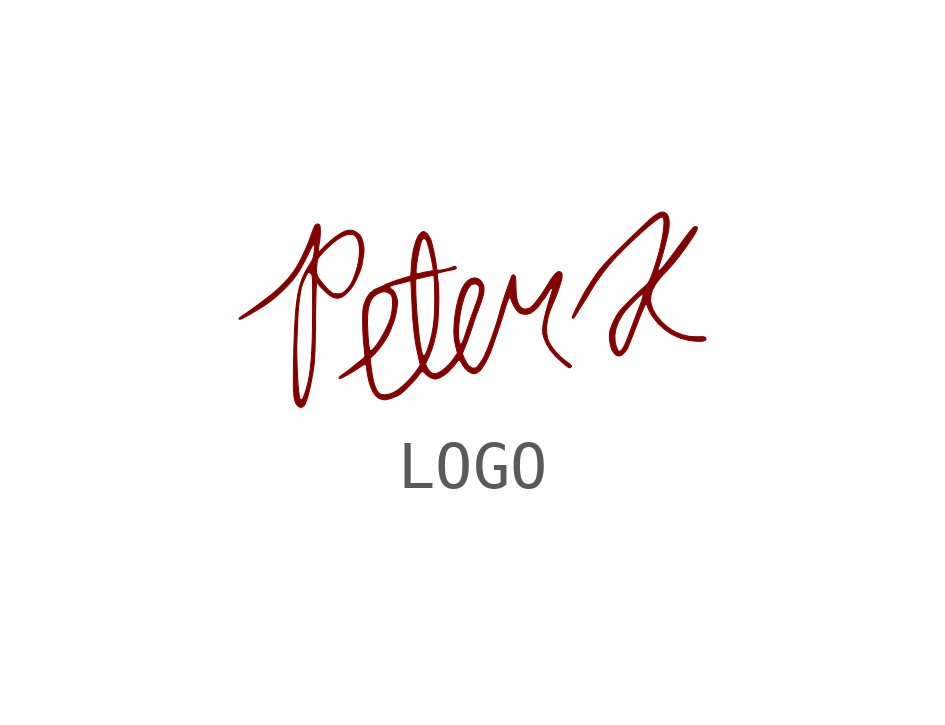
<source format=kicad_sym>
(kicad_symbol_lib
  (version 20220914)
  (generator bitmap2component)
  (symbol "LOGO"
    (pin_names
      (offset 1.016))
    (property "Reference" "#G"
      (at 0 2.678 0)
      (effects (font (size 1.27 1.27)) hide))
    (symbol "LOGO_0_0"
      (polyline (pts (xy -3.51 -2.013) (xy -3.487 -1.976) (xy -3.459 -1.908) (xy -3.43 -1.816) (xy -3.4 -1.704) (xy -3.371 -1.575) (xy -3.344 -1.433) (xy -3.318 -1.283) (xy -3.297 -1.128) (xy -3.292 -1.075) (xy -3.287 -0.989) (xy -3.282 -0.877) (xy -3.278 -0.74) (xy -3.275 -0.582) (xy -3.271 -0.405) (xy -3.269 -0.212) (xy -3.268 -0.081) (xy -3.266 0.076) (xy -3.264 0.206) (xy -3.261 0.311) (xy -3.259 0.392) (xy -3.256 0.454) (xy -3.253 0.497) (xy -3.249 0.525) (xy -3.244 0.54) (xy -3.239 0.544) (xy -3.23 0.543) (xy -3.217 0.531) (xy -3.215 0.524) (xy -3.194 0.497) (xy -3.158 0.456) (xy -3.11 0.407) (xy -3.057 0.356) (xy -3.004 0.308) (xy -2.978 0.287) (xy -2.895 0.241) (xy -2.814 0.227) (xy -2.733 0.245) (xy -2.725 0.249) (xy -2.669 0.286) (xy -2.607 0.342) (xy -2.545 0.41) (xy -2.491 0.483) (xy -2.451 0.552) (xy -2.446 0.562) (xy -2.399 0.663) (xy -2.363 0.743) (xy -2.337 0.809) (xy -2.318 0.866) (xy -2.304 0.923) (xy -2.292 0.985) (xy -2.28 1.06) (xy -2.277 1.079) (xy -2.266 1.156) (xy -2.261 1.213) (xy -2.261 1.26) (xy -2.267 1.308) (xy -2.277 1.365) (xy -2.282 1.386) (xy -2.303 1.464) (xy -2.331 1.521) (xy -2.37 1.566) (xy -2.426 1.607) (xy -2.448 1.62) (xy -2.514 1.643) (xy -2.583 1.645) (xy -2.66 1.624) (xy -2.748 1.579) (xy -2.852 1.509) (xy -2.883 1.485) (xy -2.958 1.424) (xy -3.03 1.36) (xy -3.087 1.304) (xy -3.107 1.283) (xy -3.15 1.241) (xy -3.183 1.211) (xy -3.201 1.2) (xy -3.202 1.2) (xy -3.208 1.203) (xy -3.211 1.214) (xy -3.21 1.238) (xy -3.206 1.279) (xy -3.197 1.342) (xy -3.184 1.433) (xy -3.181 1.448) (xy -3.173 1.529) (xy -3.17 1.608) (xy -3.171 1.677) (xy -3.177 1.73) (xy -3.188 1.757) (xy -3.215 1.774) (xy -3.253 1.771) (xy -3.284 1.741) (xy -3.297 1.715) (xy -3.317 1.666) (xy -3.339 1.609) (xy -3.356 1.559) (xy -3.393 1.459) (xy -3.425 1.375) (xy -3.458 1.297) (xy -3.494 1.215) (xy -3.539 1.12) (xy -3.558 1.081) (xy -3.604 0.989) (xy -3.644 0.915) (xy -3.684 0.85) (xy -3.728 0.785) (xy -3.782 0.712) (xy -3.788 0.705) (xy -3.854 0.626) (xy -3.937 0.537) (xy -4.028 0.447) (xy -4.119 0.364) (xy -4.201 0.295) (xy -4.274 0.24) (xy -4.386 0.155) (xy -4.496 0.073) (xy -4.599 -0.002) (xy -4.688 -0.065) (xy -4.758 -0.112) (xy -4.772 -0.122) (xy -4.82 -0.155) (xy -4.853 -0.181) (xy -4.865 -0.195) (xy -4.862 -0.207) (xy -4.847 -0.212) (xy -4.817 -0.204) (xy -4.768 -0.182) (xy -4.699 -0.144) (xy -4.606 -0.091) (xy -4.583 -0.077) (xy -4.448 0.004) (xy -4.335 0.075) (xy -4.237 0.143) (xy -4.148 0.211) (xy -4.061 0.285) (xy -3.971 0.368) (xy -3.871 0.467) (xy -3.814 0.527) (xy -3.738 0.614) (xy -3.668 0.707) (xy -3.6 0.811) (xy -3.532 0.931) (xy -3.459 1.071) (xy -3.378 1.236) (xy -3.377 1.238) (xy -3.345 1.299) (xy -3.318 1.335) (xy -3.298 1.345) (xy -3.287 1.329) (xy -3.288 1.284) (xy -3.291 1.261) (xy -3.298 1.201) (xy -3.305 1.138) (xy -3.306 1.132) (xy -3.315 1.084) (xy -3.333 1.036) (xy -3.363 0.98) (xy -3.409 0.906) (xy -3.414 0.897) (xy -3.465 0.813) (xy -3.474 0.796) (xy -3.25 0.796) (xy -3.247 0.866) (xy -3.239 0.96) (xy -3.238 0.962) (xy -3.233 1.004) (xy -3.225 1.037) (xy -3.211 1.067) (xy -3.187 1.1) (xy -3.148 1.144) (xy -3.091 1.205) (xy -3.031 1.266) (xy -2.915 1.373) (xy -2.807 1.456) (xy -2.71 1.515) (xy -2.626 1.547) (xy -2.589 1.554) (xy -2.538 1.56) (xy -2.503 1.559) (xy -2.486 1.553) (xy -2.433 1.515) (xy -2.394 1.453) (xy -2.368 1.368) (xy -2.356 1.264) (xy -2.357 1.145) (xy -2.373 1.013) (xy -2.403 0.872) (xy -2.448 0.725) (xy -2.454 0.707) (xy -2.496 0.601) (xy -2.539 0.517) (xy -2.588 0.449) (xy -2.647 0.387) (xy -2.688 0.352) (xy -2.722 0.331) (xy -2.76 0.322) (xy -2.814 0.32) (xy -2.833 0.32) (xy -2.878 0.323) (xy -2.912 0.333) (xy -2.947 0.356) (xy -2.993 0.396) (xy -3.001 0.404) (xy -3.054 0.458) (xy -3.111 0.523) (xy -3.163 0.588) (xy -3.17 0.597) (xy -3.207 0.65) (xy -3.232 0.696) (xy -3.245 0.742) (xy -3.25 0.796) (xy -3.474 0.796) (xy -3.51 0.727) (xy -3.549 0.637) (xy -3.583 0.54) (xy -3.612 0.433) (xy -3.638 0.315) (xy -3.659 0.182) (xy -3.677 0.033) (xy -3.691 -0.136) (xy -3.703 -0.327) (xy -3.713 -0.542) (xy -3.721 -0.781) (xy -3.66 -0.781) (xy -3.658 -0.68) (xy -3.654 -0.57) (xy -3.649 -0.443) (xy -3.644 -0.317) (xy -3.64 -0.208) (xy -3.636 -0.122) (xy -3.625 0.028) (xy -3.609 0.176) (xy -3.59 0.311) (xy -3.569 0.425) (xy -3.558 0.467) (xy -3.536 0.531) (xy -3.509 0.598) (xy -3.481 0.662) (xy -3.453 0.717) (xy -3.43 0.754) (xy -3.414 0.768) (xy -3.389 0.758) (xy -3.36 0.732) (xy -3.353 0.723) (xy -3.347 0.711) (xy -3.342 0.693) (xy -3.338 0.666) (xy -3.335 0.627) (xy -3.333 0.575) (xy -3.332 0.505) (xy -3.331 0.414) (xy -3.331 0.301) (xy -3.331 0.161) (xy -3.331 -0.008) (xy -3.332 -0.181) (xy -3.335 -0.431) (xy -3.34 -0.652) (xy -3.348 -0.849) (xy -3.359 -1.025) (xy -3.373 -1.181) (xy -3.39 -1.321) (xy -3.411 -1.447) (xy -3.436 -1.562) (xy -3.466 -1.67) (xy -3.499 -1.773) (xy -3.505 -1.79) (xy -3.529 -1.848) (xy -3.55 -1.879) (xy -3.569 -1.889) (xy -3.583 -1.885) (xy -3.595 -1.867) (xy -3.605 -1.829) (xy -3.615 -1.764) (xy -3.624 -1.685) (xy -3.633 -1.58) (xy -3.641 -1.456) (xy -3.648 -1.32) (xy -3.654 -1.178) (xy -3.658 -1.036) (xy -3.66 -0.902) (xy -3.66 -0.781) (xy -3.721 -0.781) (xy -3.721 -0.785) (xy -3.727 -1.056) (xy -3.728 -1.111) (xy -3.731 -1.292) (xy -3.732 -1.445) (xy -3.732 -1.573) (xy -3.729 -1.677) (xy -3.724 -1.762) (xy -3.717 -1.831) (xy -3.707 -1.885) (xy -3.694 -1.928) (xy -3.678 -1.963) (xy -3.658 -1.993) (xy -3.643 -2.011) (xy -3.598 -2.043) (xy -3.554 -2.044) (xy -3.51 -2.013)) (stroke (width 0.01) (type default)) (fill (type outline)))
      (polyline (pts (xy -1.82 -1.888) (xy -1.765 -1.878) (xy -1.695 -1.857) (xy -1.621 -1.829) (xy -1.552 -1.799) (xy -1.501 -1.77) (xy -1.499 -1.768) (xy -1.458 -1.734) (xy -1.402 -1.682) (xy -1.339 -1.619) (xy -1.273 -1.552) (xy -1.212 -1.485) (xy -1.161 -1.427) (xy -1.126 -1.382) (xy -1.095 -1.341) (xy -1.065 -1.309) (xy -1.045 -1.296) (xy -1.04 -1.297) (xy -1.013 -1.314) (xy -0.981 -1.345) (xy -0.951 -1.376) (xy -0.893 -1.416) (xy -0.833 -1.445) (xy -0.781 -1.456) (xy -0.752 -1.453) (xy -0.681 -1.429) (xy -0.603 -1.385) (xy -0.523 -1.323) (xy -0.448 -1.249) (xy -0.423 -1.222) (xy -0.378 -1.169) (xy -0.341 -1.124) (xy -0.32 -1.095) (xy -0.303 -1.071) (xy -0.278 -1.059) (xy -0.254 -1.077) (xy -0.227 -1.125) (xy -0.205 -1.167) (xy -0.154 -1.236) (xy -0.094 -1.292) (xy -0.032 -1.33) (xy 0.027 -1.344) (xy 0.043 -1.343) (xy 0.1 -1.325) (xy 0.155 -1.282) (xy 0.211 -1.212) (xy 0.271 -1.113) (xy 0.292 -1.073) (xy 0.331 -0.993) (xy 0.367 -0.915) (xy 0.392 -0.853) (xy 0.428 -0.749) (xy 0.521 -0.481) (xy 0.601 -0.24) (xy 0.668 -0.024) (xy 0.668 -0.024) (xy 0.699 0.077) (xy 0.724 0.15) (xy 0.743 0.199) (xy 0.759 0.227) (xy 0.772 0.237) (xy 0.788 0.236) (xy 0.8 0.219) (xy 0.803 0.198) (xy 0.822 0.146) (xy 0.852 0.084) (xy 0.889 0.021) (xy 0.928 -0.033) (xy 0.963 -0.069) (xy 0.99 -0.085) (xy 1.06 -0.105) (xy 1.134 -0.107) (xy 1.199 -0.089) (xy 1.224 -0.074) (xy 1.295 -0.021) (xy 1.361 0.044) (xy 1.411 0.11) (xy 1.415 0.116) (xy 1.452 0.17) (xy 1.492 0.221) (xy 1.508 0.241) (xy 1.544 0.296) (xy 1.577 0.353) (xy 1.584 0.365) (xy 1.611 0.406) (xy 1.638 0.43) (xy 1.657 0.433) (xy 1.665 0.412) (xy 1.661 0.396) (xy 1.65 0.354) (xy 1.632 0.294) (xy 1.61 0.224) (xy 1.586 0.148) (xy 1.532 -0.037) (xy 1.493 -0.196) (xy 1.468 -0.33) (xy 1.459 -0.437) (xy 1.464 -0.516) (xy 1.484 -0.593) (xy 1.538 -0.725) (xy 1.619 -0.854) (xy 1.729 -0.982) (xy 1.868 -1.111) (xy 1.909 -1.145) (xy 1.96 -1.186) (xy 1.994 -1.211) (xy 2.017 -1.221) (xy 2.032 -1.221) (xy 2.045 -1.211) (xy 2.058 -1.197) (xy 2.061 -1.179) (xy 2.04 -1.156) (xy 2.033 -1.15) (xy 1.995 -1.119) (xy 1.951 -1.087) (xy 1.929 -1.072) (xy 1.834 -0.993) (xy 1.744 -0.901) (xy 1.666 -0.804) (xy 1.605 -0.707) (xy 1.566 -0.618) (xy 1.544 -0.5) (xy 1.542 -0.357) (xy 1.565 -0.202) (xy 1.612 -0.039) (xy 1.681 0.127) (xy 1.693 0.153) (xy 1.73 0.24) (xy 1.768 0.341) (xy 1.805 0.447) (xy 1.835 0.545) (xy 1.857 0.626) (xy 1.865 0.671) (xy 1.864 0.734) (xy 1.843 0.771) (xy 1.803 0.784) (xy 1.77 0.775) (xy 1.731 0.744) (xy 1.684 0.69) (xy 1.627 0.611) (xy 1.56 0.504) (xy 1.507 0.419) (xy 1.435 0.309) (xy 1.365 0.212) (xy 1.302 0.132) (xy 1.248 0.071) (xy 1.206 0.035) (xy 1.181 0.02) (xy 1.114 0.001) (xy 1.052 0.007) (xy 1.002 0.04) (xy 0.972 0.079) (xy 0.942 0.142) (xy 0.921 0.225) (xy 0.909 0.329) (xy 0.904 0.461) (xy 0.902 0.544) (xy 0.9 0.611) (xy 0.895 0.655) (xy 0.887 0.683) (xy 0.876 0.7) (xy 0.873 0.702) (xy 0.849 0.717) (xy 0.825 0.705) (xy 0.817 0.689) (xy 0.799 0.647) (xy 0.775 0.584) (xy 0.747 0.505) (xy 0.716 0.416) (xy 0.683 0.321) (xy 0.652 0.226) (xy 0.623 0.135) (xy 0.598 0.055) (xy 0.579 -0.011) (xy 0.567 -0.056) (xy 0.561 -0.084) (xy 0.539 -0.163) (xy 0.509 -0.261) (xy 0.474 -0.373) (xy 0.434 -0.489) (xy 0.394 -0.605) (xy 0.354 -0.713) (xy 0.318 -0.805) (xy 0.287 -0.876) (xy 0.278 -0.897) (xy 0.262 -0.935) (xy 0.256 -0.954) (xy 0.25 -0.972) (xy 0.229 -1.01) (xy 0.198 -1.059) (xy 0.162 -1.112) (xy 0.127 -1.161) (xy 0.098 -1.199) (xy 0.079 -1.217) (xy 0.044 -1.229) (xy -0.012 -1.224) (xy -0.067 -1.188) (xy -0.12 -1.123) (xy -0.169 -1.029) (xy -0.212 -0.93) (xy -0.14 -0.749) (xy -0.117 -0.69) (xy -0.078 -0.584) (xy -0.039 -0.474) (xy -0.007 -0.376) (xy 0.013 -0.315) (xy 0.05 -0.206) (xy 0.089 -0.096) (xy 0.125 0) (xy 0.156 0.082) (xy 0.197 0.199) (xy 0.224 0.295) (xy 0.238 0.373) (xy 0.239 0.438) (xy 0.228 0.494) (xy 0.206 0.545) (xy 0.204 0.548) (xy 0.154 0.61) (xy 0.094 0.644) (xy 0.029 0.651) (xy -0.039 0.632) (xy -0.106 0.587) (xy -0.168 0.518) (xy -0.221 0.427) (xy -0.261 0.327) (xy -0.302 0.192) (xy -0.337 0.041) (xy -0.364 -0.118) (xy -0.382 -0.276) (xy -0.389 -0.424) (xy -0.389 -0.464) (xy -0.292 -0.464) (xy -0.285 -0.328) (xy -0.27 -0.187) (xy -0.247 -0.045) (xy -0.217 0.092) (xy -0.181 0.219) (xy -0.141 0.33) (xy -0.098 0.42) (xy -0.052 0.484) (xy -0.031 0.503) (xy 0.022 0.526) (xy 0.075 0.524) (xy 0.12 0.496) (xy 0.122 0.494) (xy 0.138 0.467) (xy 0.143 0.43) (xy 0.14 0.372) (xy 0.138 0.357) (xy 0.134 0.324) (xy 0.127 0.289) (xy 0.115 0.247) (xy 0.099 0.194) (xy 0.075 0.125) (xy 0.042 0.035) (xy 0.000100 -0.08) (xy -0.015 -0.122) (xy -0.045 -0.209) (xy -0.078 -0.303) (xy -0.107 -0.392) (xy -0.126 -0.451) (xy -0.153 -0.531) (xy -0.177 -0.602) (xy -0.195 -0.652) (xy -0.212 -0.692) (xy -0.235 -0.728) (xy -0.254 -0.732) (xy -0.27 -0.704) (xy -0.282 -0.644) (xy -0.288 -0.587) (xy -0.292 -0.464) (xy -0.389 -0.464) (xy -0.388 -0.516) (xy -0.383 -0.602) (xy -0.371 -0.681) (xy -0.353 -0.764) (xy -0.315 -0.912) (xy -0.376 -1.004) (xy -0.42 -1.066) (xy -0.496 -1.156) (xy -0.576 -1.232) (xy -0.653 -1.292) (xy -0.726 -1.33) (xy -0.787 -1.344) (xy -0.837 -1.334) (xy -0.892 -1.295) (xy -0.939 -1.227) (xy -0.979 -1.147) (xy -0.944 -1.066) (xy -0.908 -0.986) (xy -0.877 -0.913) (xy -0.853 -0.852) (xy -0.833 -0.795) (xy -0.815 -0.736) (xy -0.797 -0.667) (xy -0.777 -0.582) (xy -0.752 -0.472) (xy -0.744 -0.428) (xy -0.729 -0.321) (xy -0.717 -0.193) (xy -0.709 -0.051) (xy -0.703 0.097) (xy -0.702 0.245) (xy -0.704 0.385) (xy -0.711 0.51) (xy -0.722 0.612) (xy -0.724 0.628) (xy -0.731 0.685) (xy -0.734 0.727) (xy -0.732 0.746) (xy -0.726 0.749) (xy -0.695 0.758) (xy -0.644 0.771) (xy -0.581 0.786) (xy -0.514 0.801) (xy -0.449 0.814) (xy -0.396 0.824) (xy -0.394 0.824) (xy -0.351 0.838) (xy -0.336 0.858) (xy -0.336 0.86) (xy -0.35 0.885) (xy -0.383 0.89) (xy -0.427 0.874) (xy -0.431 0.872) (xy -0.473 0.857) (xy -0.532 0.84) (xy -0.599 0.825) (xy -0.666 0.813) (xy -0.712 0.81) (xy -0.738 0.82) (xy -0.749 0.843) (xy -0.752 0.883) (xy -0.754 0.907) (xy -0.762 0.964) (xy -0.774 1.037) (xy -0.791 1.122) (xy -0.809 1.211) (xy -0.829 1.296) (xy -0.847 1.371) (xy -0.862 1.428) (xy -0.874 1.461) (xy -0.888 1.487) (xy -0.933 1.557) (xy -0.977 1.601) (xy -1.017 1.617) (xy -1.053 1.607) (xy -1.099 1.569) (xy -1.142 1.504) (xy -1.18 1.416) (xy -1.214 1.307) (xy -1.242 1.18) (xy -1.263 1.038) (xy -1.275 0.884) (xy -1.275 0.881) (xy -1.28 0.8) (xy -1.281 0.779) (xy -1.177 0.779) (xy -1.175 0.831) (xy -1.168 0.902) (xy -1.156 0.988) (xy -1.141 1.081) (xy -1.123 1.176) (xy -1.104 1.266) (xy -1.085 1.345) (xy -1.067 1.406) (xy -1.05 1.444) (xy -1.033 1.464) (xy -1.002 1.469) (xy -0.972 1.448) (xy -0.948 1.402) (xy -0.934 1.356) (xy -0.912 1.278) (xy -0.891 1.192) (xy -0.87 1.102) (xy -0.851 1.015) (xy -0.836 0.936) (xy -0.825 0.871) (xy -0.82 0.826) (xy -0.822 0.805) (xy -0.835 0.801) (xy -0.871 0.793) (xy -0.923 0.784) (xy -0.962 0.778) (xy -1.024 0.765) (xy -1.072 0.753) (xy -1.095 0.747) (xy -1.137 0.738) (xy -1.161 0.741) (xy -1.173 0.758) (xy -1.177 0.779) (xy -1.281 0.779) (xy -1.284 0.745) (xy -1.289 0.711) (xy -1.297 0.692) (xy -1.309 0.683) (xy -1.327 0.678) (xy -1.349 0.673) (xy -1.406 0.657) (xy -1.477 0.635) (xy -1.513 0.623) (xy -1.184 0.623) (xy -1.124 0.637) (xy -1.034 0.659) (xy -0.947 0.679) (xy -0.883 0.693) (xy -0.841 0.7) (xy -0.817 0.702) (xy -0.806 0.699) (xy -0.804 0.691) (xy -0.8 0.654) (xy -0.797 0.593) (xy -0.793 0.512) (xy -0.79 0.415) (xy -0.788 0.308) (xy -0.787 0.237) (xy -0.789 0.012) (xy -0.8 -0.189) (xy -0.821 -0.371) (xy -0.852 -0.541) (xy -0.894 -0.704) (xy -0.949 -0.865) (xy -0.954 -0.879) (xy -0.982 -0.94) (xy -1.005 -0.969) (xy -1.025 -0.967) (xy -1.044 -0.934) (xy -1.062 -0.869) (xy -1.081 -0.769) (xy -1.101 -0.642) (xy -1.119 -0.495) (xy -1.136 -0.333) (xy -1.152 -0.164) (xy -1.165 0.008) (xy -1.175 0.176) (xy -1.181 0.334) (xy -1.184 0.475) (xy -1.184 0.623) (xy -1.513 0.623) (xy -1.556 0.609) (xy -1.635 0.582) (xy -1.708 0.555) (xy -1.77 0.531) (xy -1.815 0.513) (xy -1.835 0.502) (xy -1.845 0.493) (xy -1.883 0.474) (xy -1.932 0.456) (xy -1.937 0.454) (xy -2.047 0.406) (xy -2.136 0.334) (xy -2.205 0.237) (xy -2.256 0.115) (xy -2.263 0.09) (xy -2.275 0.042) (xy -2.282 -0.008) (xy -2.287 -0.069) (xy -2.289 -0.147) (xy -2.29 -0.251) (xy -2.289 -0.266) (xy -2.289 -0.306) (xy -2.188 -0.306) (xy -2.186 -0.145) (xy -2.173 -0.011) (xy -2.148 0.1) (xy -2.112 0.189) (xy -2.062 0.258) (xy -2 0.308) (xy -1.923 0.343) (xy -1.882 0.356) (xy -1.844 0.363) (xy -1.811 0.359) (xy -1.768 0.345) (xy -1.73 0.328) (xy -1.699 0.301) (xy -1.679 0.26) (xy -1.672 0.227) (xy -1.667 0.158) (xy -1.669 0.074) (xy -1.676 -0.016) (xy -1.689 -0.102) (xy -1.706 -0.175) (xy -1.706 -0.177) (xy -1.745 -0.284) (xy -1.798 -0.402) (xy -1.861 -0.523) (xy -1.929 -0.639) (xy -1.997 -0.741) (xy -2.062 -0.82) (xy -2.089 -0.848) (xy -2.111 -0.864) (xy -2.128 -0.864) (xy -2.141 -0.846) (xy -2.152 -0.807) (xy -2.16 -0.744) (xy -2.169 -0.655) (xy -2.178 -0.536) (xy -2.18 -0.495) (xy -2.188 -0.306) (xy -2.289 -0.306) (xy -2.287 -0.381) (xy -2.282 -0.507) (xy -2.274 -0.63) (xy -2.265 -0.735) (xy -2.262 -0.766) (xy -2.253 -0.846) (xy -2.247 -0.913) (xy -2.242 -0.961) (xy -2.241 -0.984) (xy -2.242 -0.988) (xy -2.262 -1.011) (xy -2.274 -1.023) (xy -2.132 -1.023) (xy -2.061 -0.956) (xy -2.034 -0.928) (xy -1.954 -0.837) (xy -1.874 -0.731) (xy -1.801 -0.62) (xy -1.74 -0.511) (xy -1.698 -0.415) (xy -1.687 -0.385) (xy -1.659 -0.311) (xy -1.633 -0.244) (xy -1.625 -0.22) (xy -1.608 -0.155) (xy -1.591 -0.076) (xy -1.577 0.004) (xy -1.574 0.029) (xy -1.565 0.096) (xy -1.562 0.145) (xy -1.565 0.184) (xy -1.574 0.223) (xy -1.59 0.272) (xy -1.592 0.28) (xy -1.617 0.341) (xy -1.643 0.381) (xy -1.676 0.408) (xy -1.705 0.428) (xy -1.723 0.453) (xy -1.712 0.475) (xy -1.672 0.494) (xy -1.601 0.513) (xy -1.531 0.529) (xy -1.452 0.549) (xy -1.387 0.567) (xy -1.343 0.579) (xy -1.305 0.588) (xy -1.288 0.589) (xy -1.287 0.584) (xy -1.284 0.564) (xy -1.282 0.526) (xy -1.278 0.468) (xy -1.274 0.386) (xy -1.269 0.28) (xy -1.263 0.147) (xy -1.256 -0.016) (xy -1.244 -0.214) (xy -1.216 -0.504) (xy -1.175 -0.774) (xy -1.12 -1.03) (xy -1.088 -1.157) (xy -1.123 -1.214) (xy -1.191 -1.314) (xy -1.274 -1.417) (xy -1.366 -1.516) (xy -1.462 -1.605) (xy -1.554 -1.679) (xy -1.637 -1.731) (xy -1.661 -1.742) (xy -1.754 -1.775) (xy -1.839 -1.786) (xy -1.908 -1.775) (xy -1.935 -1.76) (xy -1.982 -1.709) (xy -2.023 -1.627) (xy -2.059 -1.514) (xy -2.089 -1.371) (xy -2.113 -1.196) (xy -2.132 -1.023) (xy -2.274 -1.023) (xy -2.299 -1.045) (xy -2.349 -1.084) (xy -2.358 -1.091) (xy -2.417 -1.137) (xy -2.472 -1.181) (xy -2.513 -1.215) (xy -2.516 -1.218) (xy -2.56 -1.253) (xy -2.617 -1.297) (xy -2.677 -1.339) (xy -2.713 -1.365) (xy -2.757 -1.398) (xy -2.779 -1.421) (xy -2.782 -1.436) (xy -2.769 -1.448) (xy -2.766 -1.448) (xy -2.741 -1.44) (xy -2.696 -1.418) (xy -2.637 -1.386) (xy -2.569 -1.348) (xy -2.498 -1.306) (xy -2.429 -1.265) (xy -2.369 -1.226) (xy -2.322 -1.193) (xy -2.28 -1.166) (xy -2.24 -1.153) (xy -2.216 -1.165) (xy -2.209 -1.204) (xy -2.207 -1.225) (xy -2.201 -1.277) (xy -2.19 -1.346) (xy -2.177 -1.42) (xy -2.159 -1.502) (xy -2.12 -1.624) (xy -2.073 -1.726) (xy -2.019 -1.803) (xy -1.961 -1.852) (xy -1.959 -1.853) (xy -1.895 -1.878) (xy -1.831 -1.888) (xy -1.82 -1.888)) (stroke (width 0.01) (type default)) (fill (type outline)))
      (polyline (pts (xy 3.114 -0.953) (xy 3.168 -0.9) (xy 3.198 -0.863) (xy 3.223 -0.828) (xy 3.233 -0.808) (xy 3.239 -0.787) (xy 3.254 -0.752) (xy 3.254 -0.752) (xy 3.266 -0.726) (xy 3.287 -0.674) (xy 3.316 -0.602) (xy 3.351 -0.512) (xy 3.39 -0.41) (xy 3.433 -0.3) (xy 3.437 -0.29) (xy 3.478 -0.183) (xy 3.517 -0.087) (xy 3.551 -0.006) (xy 3.579 0.057) (xy 3.599 0.098) (xy 3.61 0.112) (xy 3.617 0.108) (xy 3.634 0.081) (xy 3.65 0.037) (xy 3.653 0.028) (xy 3.676 -0.026) (xy 3.71 -0.091) (xy 3.749 -0.154) (xy 3.753 -0.161) (xy 3.868 -0.304) (xy 4.004 -0.428) (xy 4.156 -0.528) (xy 4.319 -0.602) (xy 4.489 -0.647) (xy 4.513 -0.651) (xy 4.627 -0.666) (xy 4.721 -0.671) (xy 4.793 -0.666) (xy 4.841 -0.652) (xy 4.863 -0.629) (xy 4.856 -0.598) (xy 4.854 -0.594) (xy 4.84 -0.582) (xy 4.814 -0.575) (xy 4.771 -0.573) (xy 4.702 -0.574) (xy 4.66 -0.575) (xy 4.511 -0.566) (xy 4.373 -0.534) (xy 4.233 -0.479) (xy 4.142 -0.428) (xy 4.028 -0.344) (xy 3.924 -0.245) (xy 3.835 -0.136) (xy 3.766 -0.024) (xy 3.724 0.087) (xy 3.709 0.177) (xy 3.715 0.287) (xy 3.748 0.399) (xy 3.81 0.516) (xy 3.9 0.638) (xy 4.02 0.77) (xy 4.063 0.815) (xy 4.187 0.953) (xy 4.312 1.109) (xy 4.444 1.288) (xy 4.446 1.291) (xy 4.528 1.41) (xy 4.592 1.506) (xy 4.638 1.58) (xy 4.668 1.637) (xy 4.682 1.677) (xy 4.682 1.703) (xy 4.668 1.716) (xy 4.642 1.72) (xy 4.632 1.719) (xy 4.615 1.712) (xy 4.593 1.696) (xy 4.566 1.668) (xy 4.531 1.626) (xy 4.485 1.568) (xy 4.427 1.492) (xy 4.354 1.394) (xy 4.265 1.272) (xy 4.23 1.224) (xy 4.132 1.091) (xy 4.05 0.984) (xy 3.984 0.901) (xy 3.934 0.843) (xy 3.898 0.807) (xy 3.875 0.794) (xy 3.865 0.804) (xy 3.867 0.834) (xy 3.88 0.885) (xy 3.903 0.955) (xy 3.928 1.031) (xy 3.964 1.153) (xy 4.002 1.291) (xy 4.039 1.438) (xy 4.074 1.586) (xy 4.088 1.665) (xy 4.097 1.766) (xy 4.093 1.855) (xy 4.078 1.927) (xy 4.051 1.974) (xy 4.027 1.998) (xy 3.978 2.022) (xy 3.925 2.02) (xy 3.86 1.991) (xy 3.84 1.979) (xy 3.811 1.961) (xy 3.782 1.941) (xy 3.75 1.917) (xy 3.713 1.886) (xy 3.668 1.846) (xy 3.612 1.793) (xy 3.541 1.727) (xy 3.453 1.643) (xy 3.345 1.539) (xy 3.228 1.426) (xy 3.093 1.294) (xy 2.977 1.18) (xy 2.879 1.08) (xy 2.796 0.992) (xy 2.725 0.914) (xy 2.664 0.843) (xy 2.612 0.777) (xy 2.565 0.713) (xy 2.522 0.648) (xy 2.481 0.585) (xy 2.433 0.511) (xy 2.388 0.442) (xy 2.363 0.403) (xy 2.326 0.339) (xy 2.285 0.263) (xy 2.241 0.18) (xy 2.198 0.096) (xy 2.157 0.015) (xy 2.122 -0.058) (xy 2.095 -0.118) (xy 2.078 -0.16) (xy 2.074 -0.179) (xy 2.08 -0.186) (xy 2.099 -0.19) (xy 2.123 -0.167) (xy 2.155 -0.116) (xy 2.173 -0.086) (xy 2.209 -0.028) (xy 2.252 0.042) (xy 2.298 0.112) (xy 2.329 0.161) (xy 2.373 0.231) (xy 2.411 0.292) (xy 2.436 0.336) (xy 2.462 0.382) (xy 2.553 0.527) (xy 2.659 0.68) (xy 2.774 0.833) (xy 2.892 0.976) (xy 3.005 1.101) (xy 3.106 1.203) (xy 3.237 1.333) (xy 3.364 1.454) (xy 3.485 1.566) (xy 3.596 1.666) (xy 3.697 1.752) (xy 3.785 1.822) (xy 3.858 1.875) (xy 3.913 1.908) (xy 3.949 1.92) (xy 3.967 1.91) (xy 3.981 1.873) (xy 3.987 1.812) (xy 3.984 1.729) (xy 3.974 1.628) (xy 3.956 1.513) (xy 3.931 1.387) (xy 3.901 1.254) (xy 3.864 1.115) (xy 3.822 0.976) (xy 3.794 0.889) (xy 3.756 0.778) (xy 3.725 0.691) (xy 3.697 0.624) (xy 3.672 0.573) (xy 3.646 0.534) (xy 3.619 0.503) (xy 3.589 0.476) (xy 3.547 0.441) (xy 3.484 0.384) (xy 3.411 0.315) (xy 3.332 0.239) (xy 3.252 0.161) (xy 3.18 0.088) (xy 3.118 0.024) (xy 3.075 -0.024) (xy 3.037 -0.075) (xy 2.984 -0.16) (xy 2.934 -0.257) (xy 2.892 -0.353) (xy 2.864 -0.437) (xy 2.86 -0.455) (xy 2.851 -0.544) (xy 2.964 -0.544) (xy 2.988 -0.403) (xy 3.043 -0.258) (xy 3.127 -0.112) (xy 3.14 -0.093) (xy 3.184 -0.037) (xy 3.238 0.026) (xy 3.298 0.092) (xy 3.359 0.156) (xy 3.417 0.214) (xy 3.468 0.261) (xy 3.507 0.293) (xy 3.53 0.304) (xy 3.54 0.303) (xy 3.548 0.299) (xy 3.552 0.286) (xy 3.549 0.264) (xy 3.539 0.227) (xy 3.521 0.174) (xy 3.494 0.1) (xy 3.457 0.004) (xy 3.409 -0.12) (xy 3.401 -0.141) (xy 3.381 -0.194) (xy 3.362 -0.244) (xy 3.342 -0.297) (xy 3.318 -0.361) (xy 3.288 -0.441) (xy 3.249 -0.544) (xy 3.23 -0.596) (xy 3.196 -0.682) (xy 3.167 -0.747) (xy 3.141 -0.796) (xy 3.115 -0.836) (xy 3.1 -0.855) (xy 3.07 -0.879) (xy 3.043 -0.874) (xy 3.018 -0.839) (xy 2.992 -0.774) (xy 2.97 -0.681) (xy 2.964 -0.544) (xy 2.851 -0.544) (xy 2.85 -0.552) (xy 2.855 -0.658) (xy 2.873 -0.759) (xy 2.902 -0.843) (xy 2.921 -0.877) (xy 2.953 -0.923) (xy 2.98 -0.951) (xy 3.015 -0.97) (xy 3.064 -0.976) (xy 3.114 -0.953)) (stroke (width 0.01) (type default)) (fill (type outline))))))
</source>
